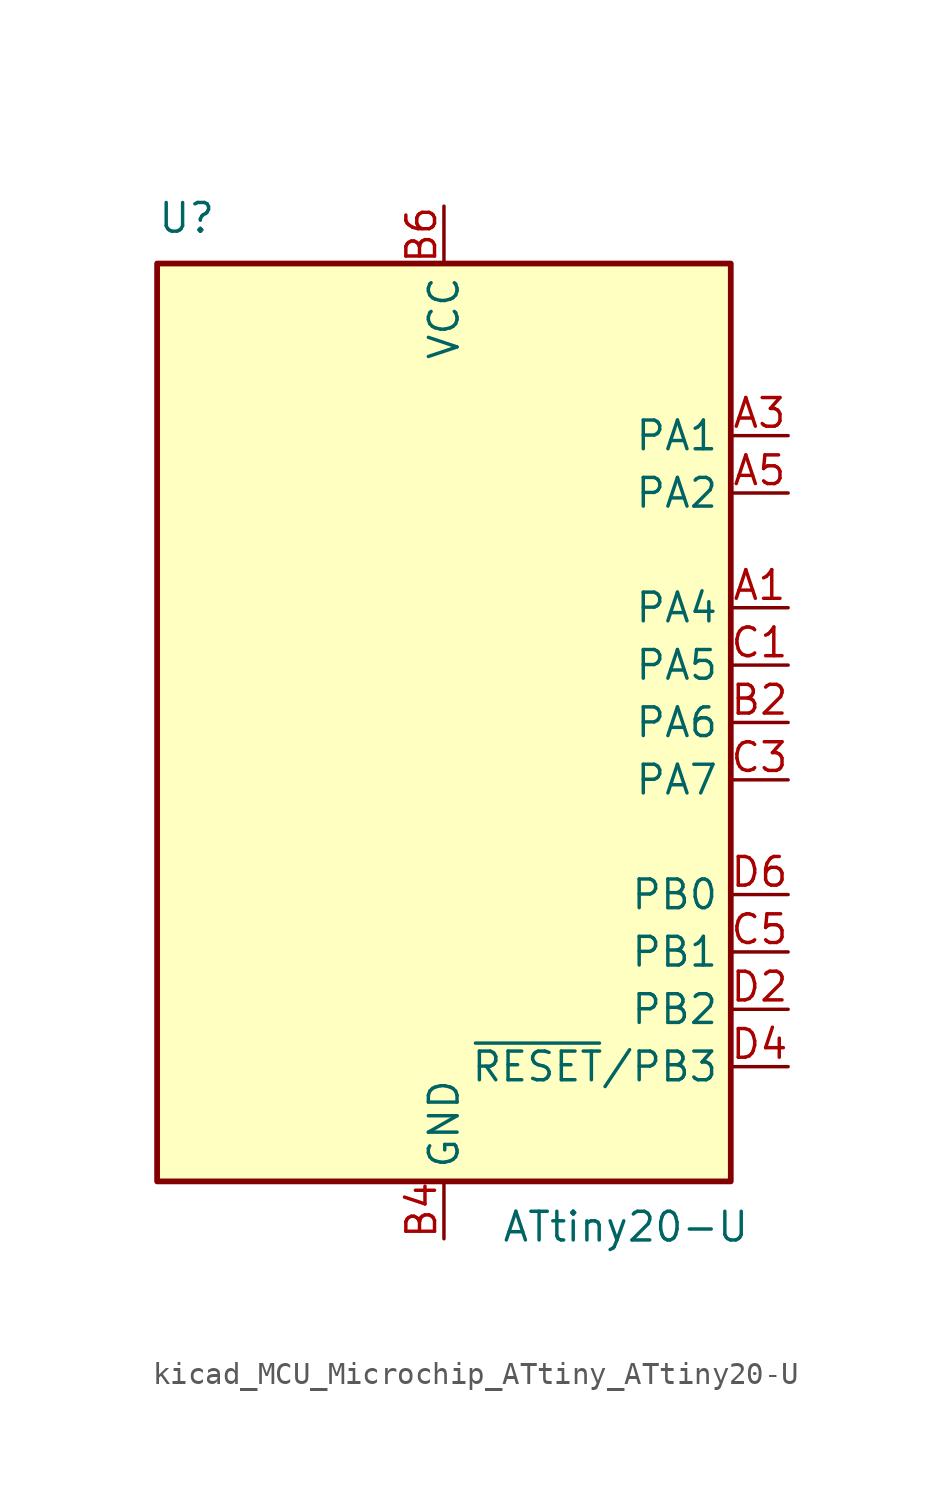
<source format=kicad_sym>
(kicad_symbol_lib
  (version 20220914)
  (generator kicad_symbol_editor)
  (symbol "kicad_MCU_Microchip_ATtiny_ATtiny20-U"
    (property "Reference" "U"
      (at -12.7 21.59 0)
      (effects (font (size 1.27 1.27)) (justify left bottom)))
    (property "Value" "ATtiny20-U"
      (at 2.54 -21.59 0)
      (effects (font (size 1.27 1.27)) (justify left top)))
    (symbol "kicad_MCU_Microchip_ATtiny_ATtiny20-U_0_1"
      (rectangle (start -12.7 -20.32) (end 12.7 20.32) (stroke (width 0.254) (type default)) (fill (type background))))
    (symbol "kicad_MCU_Microchip_ATtiny_ATtiny20-U_1_1"
      (pin bidirectional line (at 15.24 5.08 180) (length 2.54) (name "PA4" (effects (font (size 1.27 1.27)))) (number "A1" (effects (font (size 1.27 1.27)))))
      (pin bidirectional line (at 15.24 12.7 180) (length 2.54) (name "PA1" (effects (font (size 1.27 1.27)))) (number "A3" (effects (font (size 1.27 1.27)))))
      (pin bidirectional line (at 15.24 10.16 180) (length 2.54) (name "PA2" (effects (font (size 1.27 1.27)))) (number "A5" (effects (font (size 1.27 1.27)))))
      (pin bidirectional line (at 15.24 0 180) (length 2.54) (name "PA6" (effects (font (size 1.27 1.27)))) (number "B2" (effects (font (size 1.27 1.27)))))
      (pin power_in line (at 0 -22.86 90) (length 2.54) (name "GND" (effects (font (size 1.27 1.27)))) (number "B4" (effects (font (size 1.27 1.27)))))
      (pin power_in line (at 0 22.86 270) (length 2.54) (name "VCC" (effects (font (size 1.27 1.27)))) (number "B6" (effects (font (size 1.27 1.27)))))
      (pin bidirectional line (at 15.24 2.54 180) (length 2.54) (name "PA5" (effects (font (size 1.27 1.27)))) (number "C1" (effects (font (size 1.27 1.27)))))
      (pin bidirectional line (at 15.24 -2.54 180) (length 2.54) (name "PA7" (effects (font (size 1.27 1.27)))) (number "C3" (effects (font (size 1.27 1.27)))))
      (pin bidirectional line (at 15.24 -10.16 180) (length 2.54) (name "PB1" (effects (font (size 1.27 1.27)))) (number "C5" (effects (font (size 1.27 1.27)))))
      (pin bidirectional line (at 15.24 -12.7 180) (length 2.54) (name "PB2" (effects (font (size 1.27 1.27)))) (number "D2" (effects (font (size 1.27 1.27)))))
      (pin bidirectional line (at 15.24 -15.24 180) (length 2.54) (name "~{RESET}/PB3" (effects (font (size 1.27 1.27)))) (number "D4" (effects (font (size 1.27 1.27)))))
      (pin bidirectional line (at 15.24 -7.62 180) (length 2.54) (name "PB0" (effects (font (size 1.27 1.27)))) (number "D6" (effects (font (size 1.27 1.27))))))))
</source>
